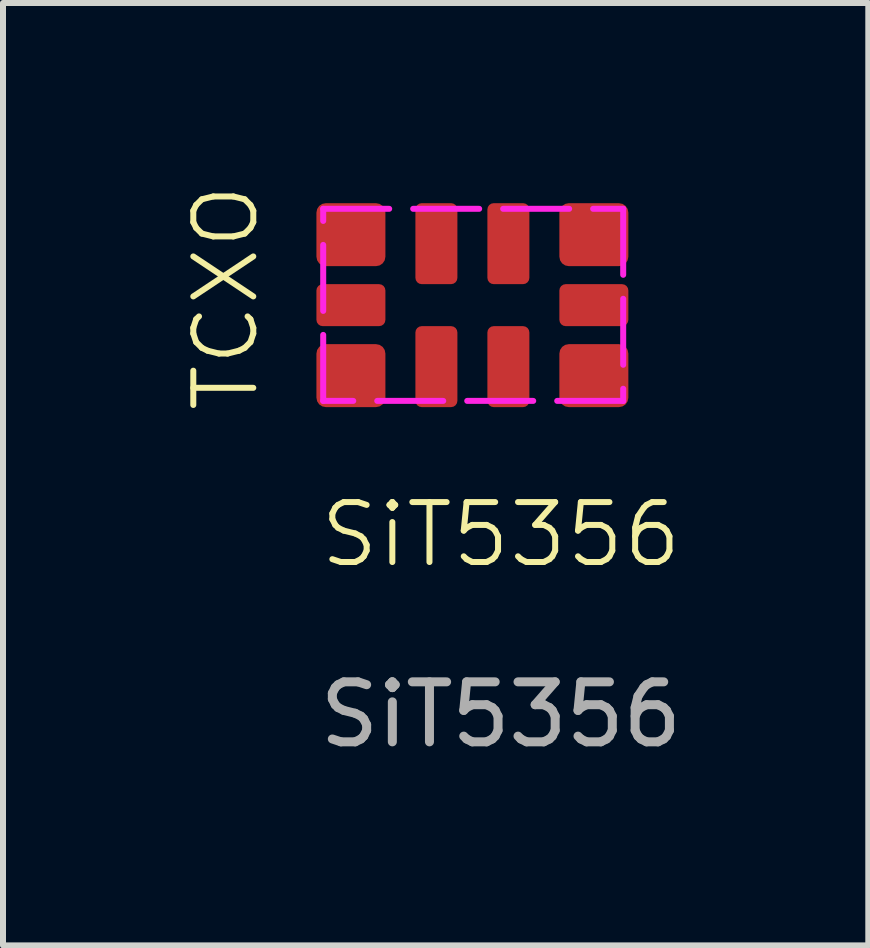
<source format=kicad_pcb>
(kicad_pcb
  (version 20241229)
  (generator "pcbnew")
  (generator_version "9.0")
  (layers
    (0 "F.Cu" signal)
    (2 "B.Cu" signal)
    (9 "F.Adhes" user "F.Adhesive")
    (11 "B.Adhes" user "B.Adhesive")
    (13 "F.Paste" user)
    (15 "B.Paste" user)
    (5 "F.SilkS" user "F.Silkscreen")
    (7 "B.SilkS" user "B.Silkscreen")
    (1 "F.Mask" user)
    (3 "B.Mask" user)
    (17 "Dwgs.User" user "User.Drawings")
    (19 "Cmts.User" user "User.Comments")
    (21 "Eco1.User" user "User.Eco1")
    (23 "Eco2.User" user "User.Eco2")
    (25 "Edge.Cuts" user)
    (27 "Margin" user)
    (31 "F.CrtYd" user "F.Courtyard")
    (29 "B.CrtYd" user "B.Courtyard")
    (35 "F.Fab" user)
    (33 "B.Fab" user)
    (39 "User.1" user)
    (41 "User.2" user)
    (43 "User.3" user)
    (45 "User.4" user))
  (footprint "SiT5356"
    (layer "F.Cu")
    (at 2.8 0.862)
    (property "Reference" "SiT5356" (at 2.5 5 0) (unlocked yes) (layer "F.SilkS") (effects (font (size 1 1) (thickness 0.1))))
    (attr smd)
    (fp_rect (start -0.462 -0.431) (end 4.539 2.771) (stroke (width 0.1) (type dash)) (fill no) (layer "F.CrtYd"))
    (fp_text user "TCXO" (at -1.5 3 90) (unlocked yes) (layer "F.SilkS") (effects (font (size 1 1) (thickness 0.1)) (justify left bottom)))
    (fp_text user "${REFERENCE}" (at 2.5 8 0) (unlocked yes) (layer "F.Fab") (effects (font (size 1 1) (thickness 0.15))))
    (pad "1" smd roundrect (at 0 0 180) (size 1.15 1.05) (layers "F.Cu" "F.Mask" "F.Paste") (roundrect_rratio 0.15))
    (pad "2" smd roundrect (at 1.425 0.15 180) (size 0.7 1.35) (layers "F.Cu" "F.Mask" "F.Paste") (roundrect_rratio 0.15))
    (pad "3" smd roundrect (at 2.625 0.15 180) (size 0.7 1.35) (layers "F.Cu" "F.Mask" "F.Paste") (roundrect_rratio 0.15))
    (pad "4" smd roundrect (at 4.05 0 180) (size 1.15 1.05) (layers "F.Cu" "F.Mask" "F.Paste") (roundrect_rratio 0.15))
    (pad "5" smd roundrect (at 4.05 1.175 180) (size 1.15 0.7) (layers "F.Cu" "F.Mask" "F.Paste") (roundrect_rratio 0.15))
    (pad "6" smd roundrect (at 4.05 2.35 180) (size 1.15 1.05) (layers "F.Cu" "F.Mask" "F.Paste") (roundrect_rratio 0.15))
    (pad "7" smd roundrect (at 2.625 2.2 180) (size 0.7 1.35) (layers "F.Cu" "F.Mask" "F.Paste") (roundrect_rratio 0.15))
    (pad "8" smd roundrect (at 1.425 2.2 180) (size 0.7 1.35) (layers "F.Cu" "F.Mask" "F.Paste") (roundrect_rratio 0.15))
    (pad "9" smd roundrect (at 0 2.35 180) (size 1.15 1.05) (layers "F.Cu" "F.Mask" "F.Paste") (roundrect_rratio 0.15))
    (pad "10" smd roundrect (at 0 1.175 180) (size 1.15 0.7) (layers "F.Cu" "F.Mask" "F.Paste") (roundrect_rratio 0.15)))
  (gr_rect
    (start -3 -3)
    (end 11.425 12.71)
    (stroke (width 0.1) (type default))
    (fill no)
    (layer "Edge.Cuts")))
</source>
